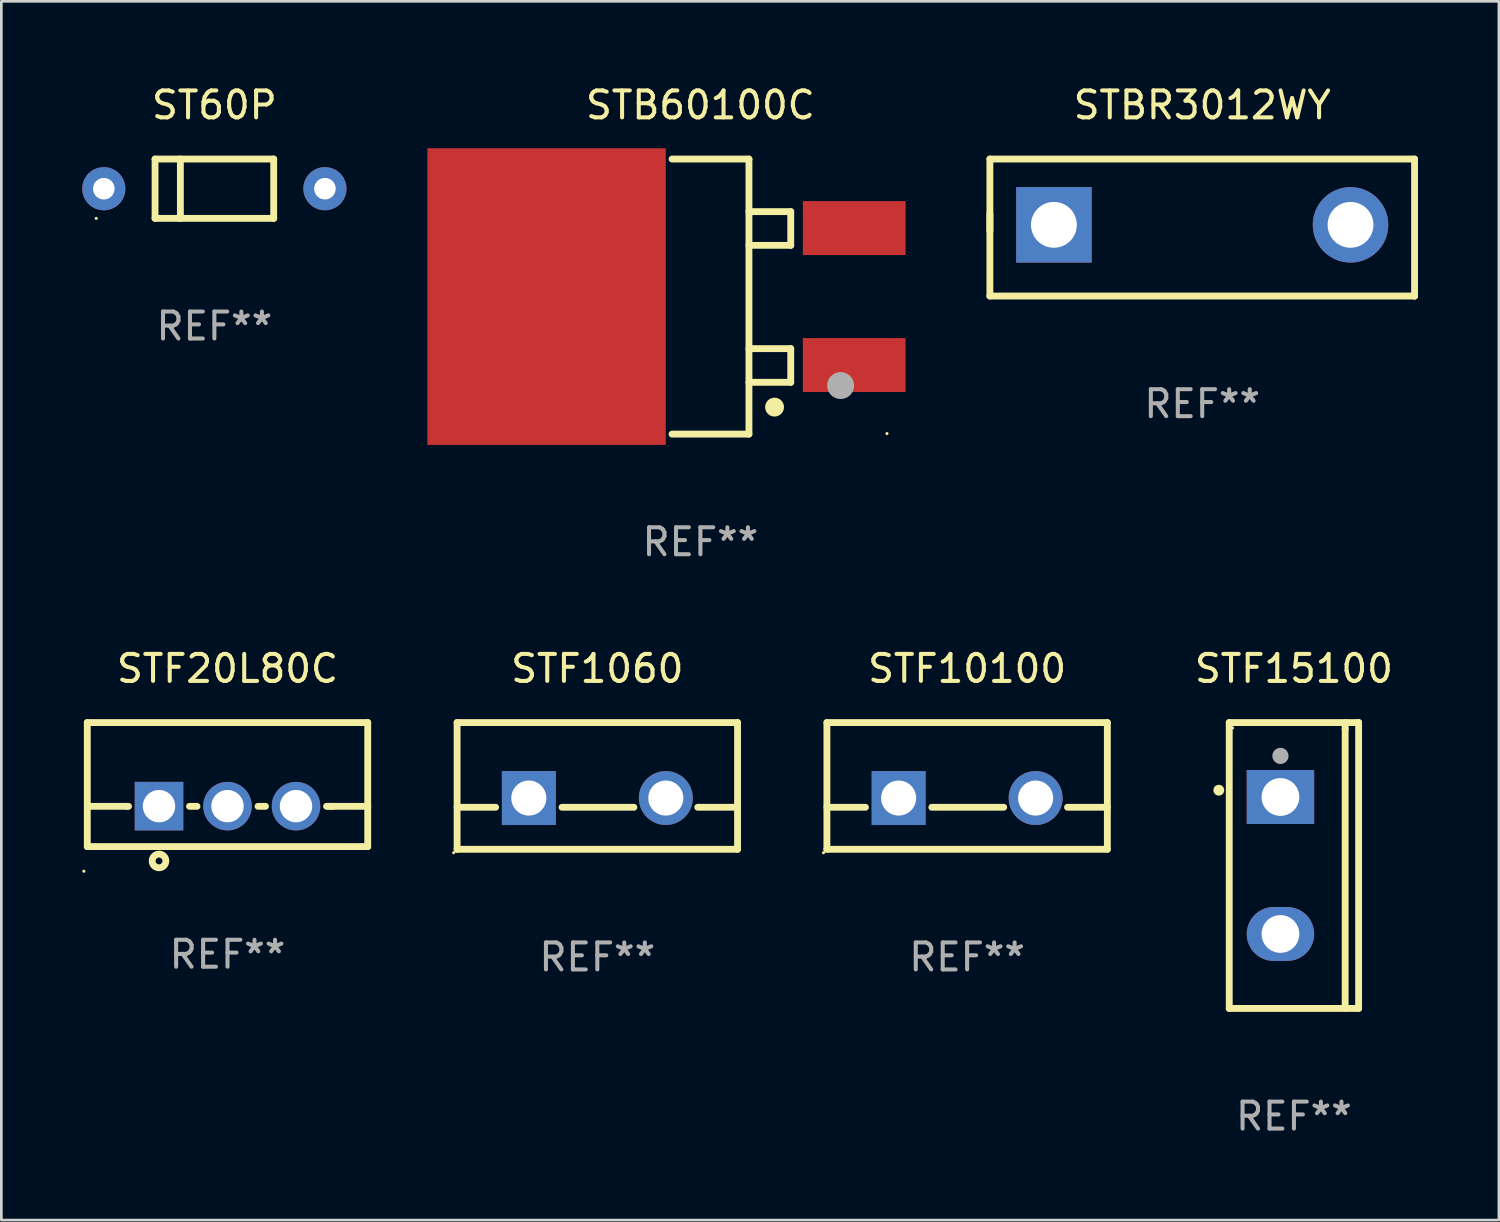
<source format=kicad_pcb>
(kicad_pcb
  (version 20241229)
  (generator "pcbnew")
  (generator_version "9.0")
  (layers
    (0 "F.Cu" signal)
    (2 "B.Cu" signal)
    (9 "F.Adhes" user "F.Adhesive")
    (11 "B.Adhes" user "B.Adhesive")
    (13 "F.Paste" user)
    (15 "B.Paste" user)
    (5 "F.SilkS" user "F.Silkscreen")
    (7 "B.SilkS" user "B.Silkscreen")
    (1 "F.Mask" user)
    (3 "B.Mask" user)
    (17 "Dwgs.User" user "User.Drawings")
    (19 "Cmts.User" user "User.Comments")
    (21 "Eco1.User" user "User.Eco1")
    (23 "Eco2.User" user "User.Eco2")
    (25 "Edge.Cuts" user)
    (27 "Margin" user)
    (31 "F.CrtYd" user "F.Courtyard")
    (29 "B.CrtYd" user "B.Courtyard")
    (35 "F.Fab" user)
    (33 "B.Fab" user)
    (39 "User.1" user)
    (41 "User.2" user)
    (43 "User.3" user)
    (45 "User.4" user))
  (footprint "ST60P"
    (layer "F.Cu")
    (at 4.9 3.948)
    (property "Reference" "ST60P" (at 0 -3.1 0) (layer "F.SilkS") (effects (font (size 1 1) (thickness 0.15))))
    (attr through_hole)
    (fp_line (start -2.2 -1.1) (end -2.2 1.1) (stroke (width 0.254) (type solid)) (layer "F.SilkS"))
    (fp_line (start -2.2 -1.1) (end 2.2 -1.1) (stroke (width 0.254) (type solid)) (layer "F.SilkS"))
    (fp_line (start -2.2 1.1) (end 2.2 1.1) (stroke (width 0.254) (type solid)) (layer "F.SilkS"))
    (fp_line (start -1.261 -1.1) (end -1.261 1.1) (stroke (width 0.254) (type solid)) (layer "F.SilkS"))
    (fp_line (start 2.2 -1.1) (end 2.2 1.1) (stroke (width 0.254) (type solid)) (layer "F.SilkS"))
    (fp_circle (center -4.38 1.1) (end -4.35 1.1) (stroke (width 0.06) (type solid)) (fill no) (layer "F.SilkS"))
    (fp_text user "REF**" (at 0 5.1 0) (layer "F.Fab") (effects (font (size 1 1) (thickness 0.15))))
    (pad "1" thru_hole circle (at -4.1 0) (size 1.6 1.6) (drill 0.8) (layers "*.Cu" "*.Mask"))
    (pad "2" thru_hole circle (at 4.1 0) (size 1.6 1.6) (drill 0.8) (layers "*.Cu" "*.Mask")))
  (footprint "STF10100"
    (layer "F.Cu")
    (at 32.815 26.095)
    (property "Reference" "STF10100" (at 0 -4.35 0) (layer "F.SilkS") (effects (font (size 1 1) (thickness 0.15))))
    (attr through_hole)
    (fp_line (start -5.2 -2.35) (end -5.2 2.35) (stroke (width 0.254) (type solid)) (layer "F.SilkS"))
    (fp_line (start -5.2 -2.35) (end 5.2 -2.35) (stroke (width 0.254) (type solid)) (layer "F.SilkS"))
    (fp_line (start -5.2 0.792) (end -3.771 0.792) (stroke (width 0.254) (type solid)) (layer "F.SilkS"))
    (fp_line (start -5.2 2.35) (end 5.2 2.35) (stroke (width 0.254) (type solid)) (layer "F.SilkS"))
    (fp_line (start -1.309 0.792) (end 1.357 0.792) (stroke (width 0.254) (type solid)) (layer "F.SilkS"))
    (fp_line (start 3.723 0.792) (end 5.2 0.792) (stroke (width 0.254) (type solid)) (layer "F.SilkS"))
    (fp_line (start 5.2 -2.35) (end 5.2 2.35) (stroke (width 0.254) (type solid)) (layer "F.SilkS"))
    (fp_circle (center -5.327 2.477) (end -5.297 2.477) (stroke (width 0.06) (type solid)) (fill no) (layer "F.SilkS"))
    (fp_text user "REF**" (at 0 6.35 0) (layer "F.Fab") (effects (font (size 1 1) (thickness 0.15))))
    (pad "1" thru_hole rect (at -2.54 0.45) (size 2 2) (drill 1.3) (layers "*.Cu" "*.Mask"))
    (pad "2" thru_hole circle (at 2.54 0.45) (size 2 2) (drill 1.3) (layers "*.Cu" "*.Mask")))
  (footprint "STF20L80C"
    (layer "F.Cu")
    (at 5.387 26.045)
    (property "Reference" "STF20L80C" (at 0 -4.3 0) (layer "F.SilkS") (effects (font (size 1 1) (thickness 0.15))))
    (attr through_hole)
    (fp_line (start -5.2 -2.3) (end -5.2 2.3) (stroke (width 0.254) (type solid)) (layer "F.SilkS"))
    (fp_line (start -5.2 -2.3) (end 5.2 -2.3) (stroke (width 0.254) (type solid)) (layer "F.SilkS"))
    (fp_line (start -5.2 0.807) (end -3.731 0.807) (stroke (width 0.254) (type solid)) (layer "F.SilkS"))
    (fp_line (start -5.2 2.3) (end 5.2 2.3) (stroke (width 0.254) (type solid)) (layer "F.SilkS"))
    (fp_line (start -3.731 0.807) (end -3.671 0.807) (stroke (width 0.254) (type solid)) (layer "F.SilkS"))
    (fp_line (start -1.409 0.807) (end -1.131 0.807) (stroke (width 0.254) (type solid)) (layer "F.SilkS"))
    (fp_line (start 1.131 0.807) (end 1.409 0.807) (stroke (width 0.254) (type solid)) (layer "F.SilkS"))
    (fp_line (start 3.671 0.807) (end 3.926 0.807) (stroke (width 0.254) (type solid)) (layer "F.SilkS"))
    (fp_line (start 3.731 0.807) (end 5.2 0.807) (stroke (width 0.254) (type solid)) (layer "F.SilkS"))
    (fp_line (start 5.2 -2.3) (end 5.2 2.3) (stroke (width 0.254) (type solid)) (layer "F.SilkS"))
    (fp_circle (center -5.327 3.213) (end -5.297 3.213) (stroke (width 0.06) (type solid)) (fill no) (layer "F.SilkS"))
    (fp_circle (center -2.54 2.832) (end -2.286 2.832) (stroke (width 0.254) (type solid)) (fill no) (layer "F.SilkS"))
    (fp_text user "REF**" (at 0 6.3 0) (layer "F.Fab") (effects (font (size 1 1) (thickness 0.15))))
    (pad "1" thru_hole rect (at -2.54 0.8) (size 1.8 1.8) (drill 1.2) (layers "*.Cu" "*.Mask"))
    (pad "2" thru_hole circle (at 0 0.8) (size 1.8 1.8) (drill 1.2) (layers "*.Cu" "*.Mask"))
    (pad "3" thru_hole circle (at 2.54 0.8) (size 1.8 1.8) (drill 1.2) (layers "*.Cu" "*.Mask")))
  (footprint "STBR3012WY"
    (layer "F.Cu")
    (at 41.533 5.388)
    (property "Reference" "STBR3012WY" (at 0 -4.54 0) (layer "F.SilkS") (effects (font (size 1 1) (thickness 0.15))))
    (attr through_hole)
    (fp_line (start -7.874 -2.54) (end -7.874 0.127) (stroke (width 0.254) (type solid)) (layer "F.SilkS"))
    (fp_line (start -7.874 -0.508) (end -7.874 2.54) (stroke (width 0.254) (type solid)) (layer "F.SilkS"))
    (fp_line (start -7.874 2.54) (end 7.874 2.54) (stroke (width 0.254) (type solid)) (layer "F.SilkS"))
    (fp_line (start 7.874 -2.54) (end -7.874 -2.54) (stroke (width 0.254) (type solid)) (layer "F.SilkS"))
    (fp_line (start 7.874 2.54) (end 7.874 -2.54) (stroke (width 0.254) (type solid)) (layer "F.SilkS"))
    (fp_line (start 7.874 2.54) (end 7.874 2.54) (stroke (width 0.254) (type solid)) (layer "F.SilkS"))
    (fp_circle (center -7.8 2.5) (end -7.77 2.5) (stroke (width 0.06) (type solid)) (fill no) (layer "F.SilkS"))
    (fp_text user "REF**" (at 0 6.54 0) (layer "F.Fab") (effects (font (size 1 1) (thickness 0.15))))
    (pad "1" thru_hole rect (at -5.5 -0.1) (size 2.8 2.8) (drill 1.7) (layers "*.Cu" "*.Mask"))
    (pad "2" thru_hole circle (at 5.5 -0.1) (size 2.8 2.8) (drill 1.7) (layers "*.Cu" "*.Mask")))
  (footprint "STF1060"
    (layer "F.Cu")
    (at 19.101 26.095)
    (property "Reference" "STF1060" (at 0 -4.35 0) (layer "F.SilkS") (effects (font (size 1 1) (thickness 0.15))))
    (attr through_hole)
    (fp_line (start -5.2 -2.35) (end -5.2 2.35) (stroke (width 0.254) (type solid)) (layer "F.SilkS"))
    (fp_line (start -5.2 -2.35) (end 5.2 -2.35) (stroke (width 0.254) (type solid)) (layer "F.SilkS"))
    (fp_line (start -5.2 0.792) (end -3.771 0.792) (stroke (width 0.254) (type solid)) (layer "F.SilkS"))
    (fp_line (start -5.2 2.35) (end 5.2 2.35) (stroke (width 0.254) (type solid)) (layer "F.SilkS"))
    (fp_line (start -1.309 0.792) (end 1.357 0.792) (stroke (width 0.254) (type solid)) (layer "F.SilkS"))
    (fp_line (start 3.723 0.792) (end 5.2 0.792) (stroke (width 0.254) (type solid)) (layer "F.SilkS"))
    (fp_line (start 5.2 -2.35) (end 5.2 2.35) (stroke (width 0.254) (type solid)) (layer "F.SilkS"))
    (fp_circle (center -5.327 2.477) (end -5.297 2.477) (stroke (width 0.06) (type solid)) (fill no) (layer "F.SilkS"))
    (fp_text user "REF**" (at 0 6.35 0) (layer "F.Fab") (effects (font (size 1 1) (thickness 0.15))))
    (pad "1" thru_hole rect (at -2.54 0.45) (size 2 2) (drill 1.3) (layers "*.Cu" "*.Mask"))
    (pad "2" thru_hole circle (at 2.54 0.45) (size 2 2) (drill 1.3) (layers "*.Cu" "*.Mask")))
  (footprint "STB60100C"
    (layer "F.Cu")
    (at 22.924 7.948)
    (property "Reference" "STB60100C" (at 0 -7.1 0) (layer "F.SilkS") (effects (font (size 1 1) (thickness 0.15))))
    (attr through_hole)
    (fp_line (start 1.8 -5.1) (end -1.052 -5.1) (stroke (width 0.254) (type solid)) (layer "F.SilkS"))
    (fp_line (start 1.8 -5.1) (end 1.8 5.1) (stroke (width 0.254) (type solid)) (layer "F.SilkS"))
    (fp_line (start 1.8 5.1) (end -1.052 5.1) (stroke (width 0.254) (type solid)) (layer "F.SilkS"))
    (fp_line (start 3.35 -3.15) (end 1.8 -3.15) (stroke (width 0.254) (type solid)) (layer "F.SilkS"))
    (fp_line (start 3.35 -3.15) (end 3.35 -1.9) (stroke (width 0.254) (type solid)) (layer "F.SilkS"))
    (fp_line (start 3.35 -1.9) (end 1.8 -1.9) (stroke (width 0.254) (type solid)) (layer "F.SilkS"))
    (fp_line (start 3.35 1.93) (end 1.8 1.93) (stroke (width 0.254) (type solid)) (layer "F.SilkS"))
    (fp_line (start 3.35 1.93) (end 3.35 3.18) (stroke (width 0.254) (type solid)) (layer "F.SilkS"))
    (fp_line (start 3.35 3.18) (end 1.8 3.18) (stroke (width 0.254) (type solid)) (layer "F.SilkS"))
    (fp_circle (center 2.75 4.1) (end 2.925 4.1) (stroke (width 0.35) (type solid)) (fill no) (layer "F.SilkS"))
    (fp_circle (center 6.918 5.08) (end 6.948 5.08) (stroke (width 0.06) (type solid)) (fill no) (layer "F.SilkS"))
    (fp_circle (center 5.2 3.3) (end 5.45 3.3) (stroke (width 0.5) (type solid)) (fill no) (layer "F.Fab"))
    (fp_text user "REF**" (at 0 9.1 0) (layer "F.Fab") (effects (font (size 1 1) (thickness 0.15))))
    (pad "1" smd rect (at 5.703 2.54) (size 3.81 2) (layers "F.Cu" "F.Mask" "F.Paste"))
    (pad "3" smd rect (at 5.704 -2.54) (size 3.81 2) (layers "F.Cu" "F.Mask" "F.Paste"))
    (pad "4" smd rect (at -5.704 0) (size 8.84 11) (layers "F.Cu" "F.Mask" "F.Paste")))
  (footprint "STF15100"
    (layer "F.Cu")
    (at 44.934 29.046)
    (property "Reference" "STF15100" (at 0 -7.301 0) (layer "F.SilkS") (effects (font (size 1 1) (thickness 0.15))))
    (attr through_hole)
    (fp_line (start -2.399 -5.301) (end 2.394 -5.301) (stroke (width 0.254) (type solid)) (layer "F.SilkS"))
    (fp_line (start -2.399 5.301) (end -2.399 -5.301) (stroke (width 0.254) (type solid)) (layer "F.SilkS"))
    (fp_line (start 1.9 -5.061) (end 1.9 -5.3) (stroke (width 0.254) (type solid)) (layer "F.SilkS"))
    (fp_line (start 1.9 5.3) (end 1.9 -5.061) (stroke (width 0.254) (type solid)) (layer "F.SilkS"))
    (fp_line (start 2.394 -5.301) (end 2.399 -5.301) (stroke (width 0.254) (type solid)) (layer "F.SilkS"))
    (fp_line (start 2.399 -5.301) (end 2.399 5.301) (stroke (width 0.254) (type solid)) (layer "F.SilkS"))
    (fp_line (start 2.399 5.301) (end -2.399 5.301) (stroke (width 0.254) (type solid)) (layer "F.SilkS"))
    (fp_arc (start -2.786043 -2.791466) (mid -2.786047 -2.792736) (end -2.786043 -2.794006) (stroke (width 0.4) (type solid)) (layer "F.SilkS"))
    (fp_circle (center -2.275 -5.1) (end -2.245 -5.1) (stroke (width 0.06) (type solid)) (fill no) (layer "F.SilkS"))
    (fp_circle (center -0.5 -4.064) (end -0.35 -4.064) (stroke (width 0.3) (type solid)) (fill no) (layer "F.Fab"))
    (fp_text user "REF**" (at 0 9.301 0) (layer "F.Fab") (effects (font (size 1 1) (thickness 0.15))))
    (pad "1" thru_hole rect (at -0.5 -2.54 270) (size 2 2.5) (drill 1.4) (layers "*.Cu" "*.Mask"))
    (pad "3" thru_hole oval (at -0.5 2.54 270) (size 2 2.5) (drill 1.4) (layers "*.Cu" "*.Mask")))
  (gr_rect
    (start -3 -3)
    (end 52.534 42.195)
    (stroke (width 0.1) (type default))
    (fill no)
    (layer "Edge.Cuts")))
</source>
